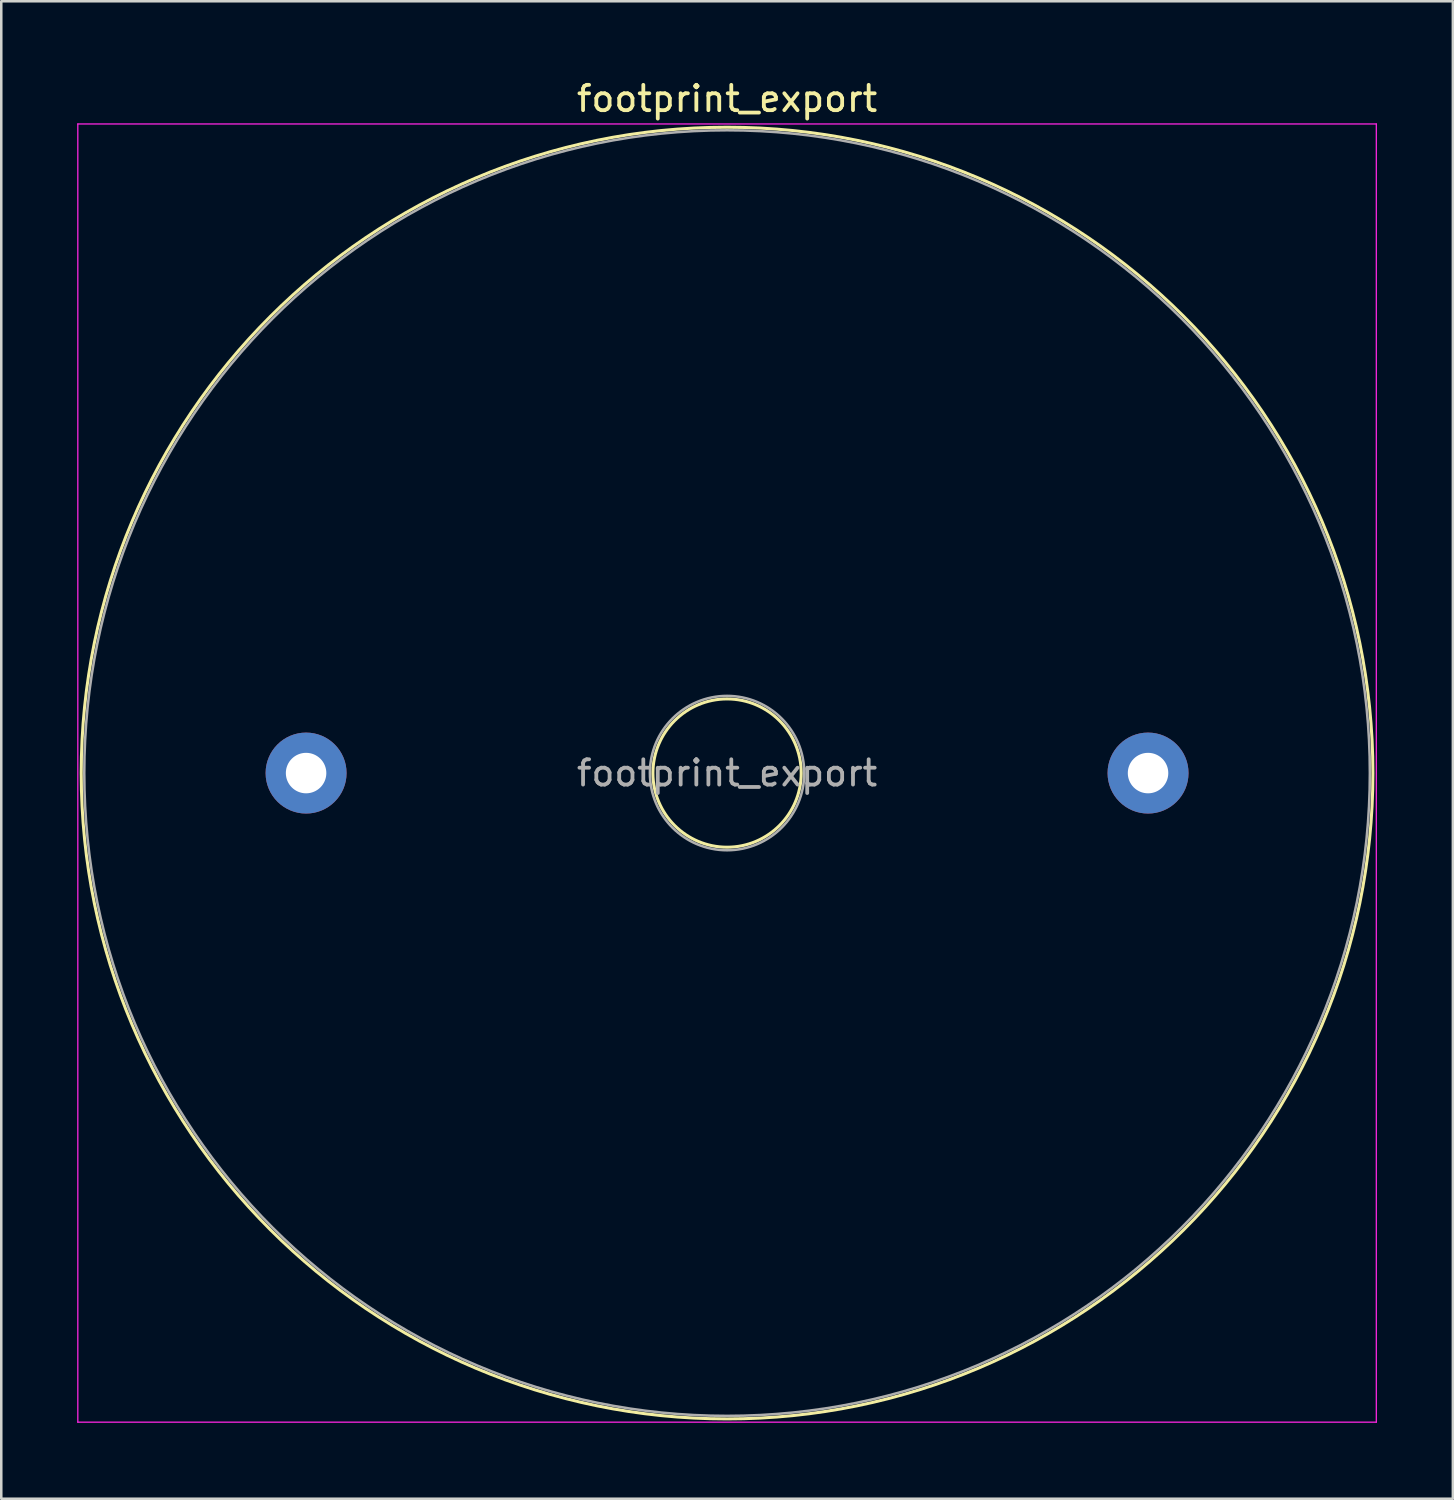
<source format=kicad_pcb>
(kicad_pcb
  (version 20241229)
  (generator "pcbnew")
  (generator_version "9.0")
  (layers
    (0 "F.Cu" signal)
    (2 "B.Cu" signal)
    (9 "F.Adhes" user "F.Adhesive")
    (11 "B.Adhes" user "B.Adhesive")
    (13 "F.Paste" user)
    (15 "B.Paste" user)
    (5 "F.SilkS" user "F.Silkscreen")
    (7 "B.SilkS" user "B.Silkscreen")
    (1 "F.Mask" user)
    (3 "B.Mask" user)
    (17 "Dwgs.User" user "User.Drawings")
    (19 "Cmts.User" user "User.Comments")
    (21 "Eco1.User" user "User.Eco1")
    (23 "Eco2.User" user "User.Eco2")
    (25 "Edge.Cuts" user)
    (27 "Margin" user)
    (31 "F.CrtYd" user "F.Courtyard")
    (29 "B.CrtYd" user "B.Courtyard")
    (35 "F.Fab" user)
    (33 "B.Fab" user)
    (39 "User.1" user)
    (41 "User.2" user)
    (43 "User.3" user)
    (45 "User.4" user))
  (footprint "footprint_export"
    (layer "F.Cu")
    (at 9.045 27.498)
    (property "Reference" "footprint_export" (at 16.635 -26.65 0) (layer "F.SilkS") (effects (font (size 1 1) (thickness 0.15))))
    (attr through_hole)
    (fp_circle (center 16.635 0) (end 19.565 0) (stroke (width 0.12) (type solid)) (fill no) (layer "F.SilkS"))
    (fp_circle (center 16.635 0) (end 42.155 0) (stroke (width 0.12) (type solid)) (fill no) (layer "F.SilkS"))
    (fp_line (start -9.02 -25.65) (end -9.02 25.65) (stroke (width 0.05) (type solid)) (layer "F.CrtYd"))
    (fp_line (start -9.02 25.65) (end 42.29 25.65) (stroke (width 0.05) (type solid)) (layer "F.CrtYd"))
    (fp_line (start 42.29 -25.65) (end -9.02 -25.65) (stroke (width 0.05) (type solid)) (layer "F.CrtYd"))
    (fp_line (start 42.29 25.65) (end 42.29 -25.65) (stroke (width 0.05) (type solid)) (layer "F.CrtYd"))
    (fp_circle (center 16.635 0) (end 19.685 0) (stroke (width 0.1) (type solid)) (fill no) (layer "F.Fab"))
    (fp_circle (center 16.635 0) (end 42.035 0) (stroke (width 0.1) (type solid)) (fill no) (layer "F.Fab"))
    (fp_text user "${REFERENCE}" (at 16.635 0 0) (layer "F.Fab") (effects (font (size 1 1) (thickness 0.15))))
    (pad "1" thru_hole circle (at 0 0) (size 3.2 3.2) (drill 1.6) (layers "*.Cu" "*.Mask"))
    (pad "2" thru_hole circle (at 33.27 0) (size 3.2 3.2) (drill 1.6) (layers "*.Cu" "*.Mask")))
  (gr_rect
    (start -3 -3)
    (end 54.36 56.173)
    (stroke (width 0.1) (type default))
    (fill no)
    (layer "Edge.Cuts")))
</source>
